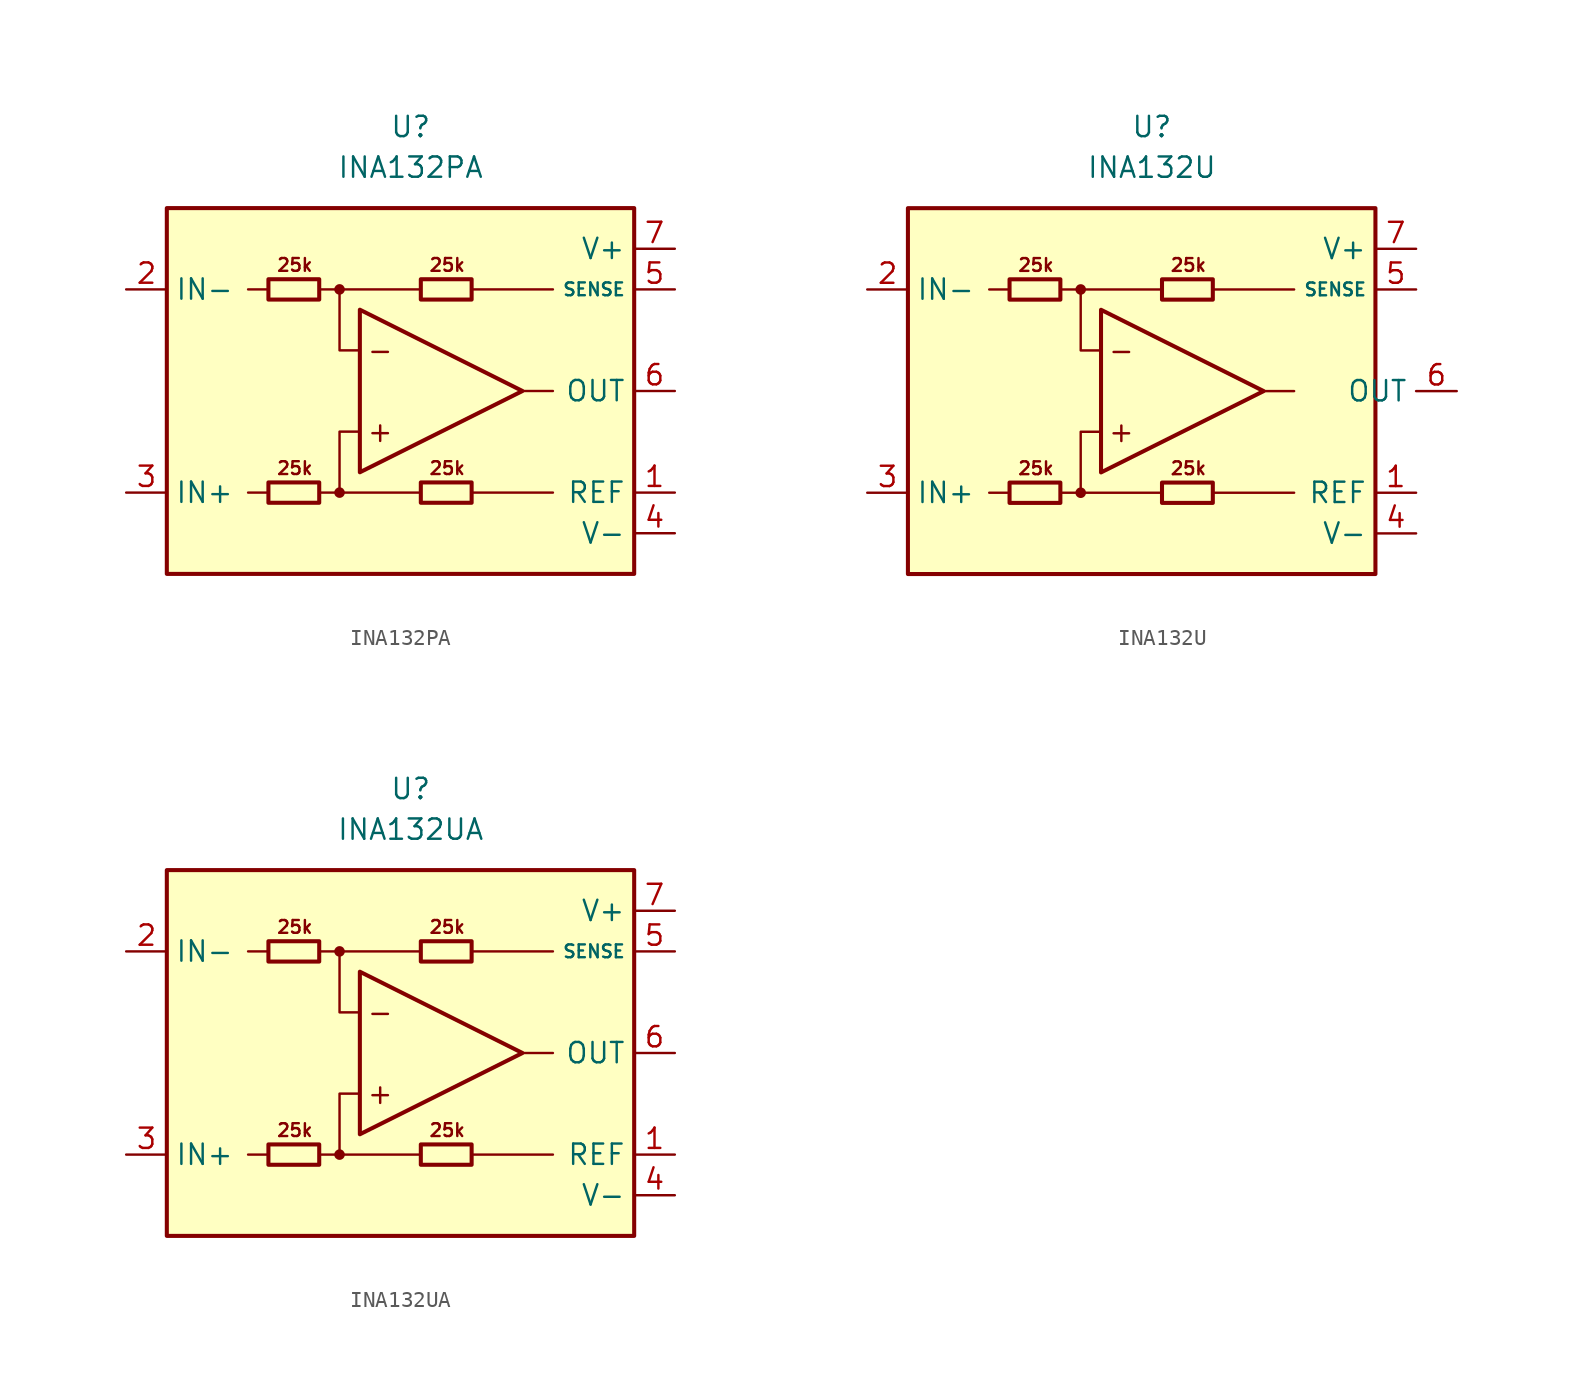
<source format=kicad_sym>
(kicad_symbol_lib
  (version 20211014)
  (generator kicad_symbol_editor)
  (symbol "INA132PA"
    (property "Reference" "U"
      (at 0 16.51 0)
      (effects (font (size 1.27 1.27))))
    (property "Value" "INA132PA"
      (at 0 13.97 0)
      (effects (font (size 1.27 1.27))))
    (symbol "INA132PA_0_0"
      (rectangle (start -15.24 11.43) (end 13.97 -11.43) (stroke (width 0.254) (type default) (color 0 0 0 0)) (fill (type background)))
      (circle (center -4.445 -6.35) (radius 0.254) (stroke (width 0.152) (type default) (color 0 0 0 0)) (fill (type outline)))
      (circle (center -4.445 6.35) (radius 0.254) (stroke (width 0.152) (type default) (color 0 0 0 0)) (fill (type outline)))
      (polyline (pts (xy -8.89 -6.35) (xy -10.16 -6.35)) (stroke (width 0.152) (type default) (color 0 0 0 0)) (fill (type none)))
      (polyline (pts (xy -8.89 6.35) (xy -10.16 6.35)) (stroke (width 0.152) (type default) (color 0 0 0 0)) (fill (type none)))
      (polyline (pts (xy -4.445 6.35) (xy 0.635 6.35)) (stroke (width 0.152) (type default) (color 0 0 0 0)) (fill (type none)))
      (polyline (pts (xy 0.635 -6.35) (xy -4.445 -6.35)) (stroke (width 0.152) (type default) (color 0 0 0 0)) (fill (type none)))
      (polyline (pts (xy 3.81 -6.35) (xy 8.89 -6.35)) (stroke (width 0.152) (type default) (color 0 0 0 0)) (fill (type none)))
      (polyline (pts (xy 3.81 6.35) (xy 8.89 6.35)) (stroke (width 0.152) (type default) (color 0 0 0 0)) (fill (type none)))
      (polyline (pts (xy 8.89 0) (xy 6.985 0)) (stroke (width 0.152) (type default) (color 0 0 0 0)) (fill (type none)))
      (polyline (pts (xy -5.715 -6.35) (xy -4.445 -6.35) (xy -4.445 -2.54) (xy -3.175 -2.54)) (stroke (width 0.152) (type default) (color 0 0 0 0)) (fill (type none)))
      (polyline (pts (xy -3.175 2.54) (xy -4.445 2.54) (xy -4.445 6.35) (xy -5.715 6.35)) (stroke (width 0.152) (type default) (color 0 0 0 0)) (fill (type none)))
      (text "+" (at -1.905 -2.54 0) (effects (font (size 1.27 1.27))))
      (text "-" (at -1.905 2.54 0) (effects (font (size 1.27 1.27))))
      (text "25k" (at -7.239 -4.826 0) (effects (font (size 0.8 0.8))))
      (text "25k" (at -7.239 7.874 0) (effects (font (size 0.8 0.8))))
      (text "25k" (at 2.286 -4.826 0) (effects (font (size 0.8 0.8))))
      (text "25k" (at 2.286 7.874 0) (effects (font (size 0.8 0.8)))))
    (symbol "INA132PA_0_1"
      (rectangle (start -8.89 -5.715) (end -5.715 -6.985) (stroke (width 0.254) (type default) (color 0 0 0 0)) (fill (type none)))
      (rectangle (start -8.89 6.985) (end -5.715 5.715) (stroke (width 0.254) (type default) (color 0 0 0 0)) (fill (type none)))
      (polyline (pts (xy -3.175 5.08) (xy -3.175 -5.08) (xy 6.985 0) (xy -3.175 5.08)) (stroke (width 0.254) (type default) (color 0 0 0 0)) (fill (type none)))
      (rectangle (start 0.635 -5.715) (end 3.81 -6.985) (stroke (width 0.254) (type default) (color 0 0 0 0)) (fill (type none)))
      (rectangle (start 0.635 6.985) (end 3.81 5.715) (stroke (width 0.254) (type default) (color 0 0 0 0)) (fill (type none))))
    (symbol "INA132PA_1_1"
      (pin input line (at 16.51 -6.35 180) (length 2.54) (name "REF" (effects (font (size 1.27 1.27)))) (number "1" (effects (font (size 1.27 1.27)))))
      (pin input line (at -17.78 6.35 0) (length 2.54) (name "IN-" (effects (font (size 1.27 1.27)))) (number "2" (effects (font (size 1.27 1.27)))))
      (pin input line (at -17.78 -6.35 0) (length 2.54) (name "IN+" (effects (font (size 1.27 1.27)))) (number "3" (effects (font (size 1.27 1.27)))))
      (pin power_in line (at 16.51 -8.89 180) (length 2.54) (name "V-" (effects (font (size 1.27 1.27)))) (number "4" (effects (font (size 1.27 1.27)))))
      (pin input line (at 16.51 6.35 180) (length 2.54) (name "SENSE" (effects (font (size 0.8 0.8)))) (number "5" (effects (font (size 1.27 1.27)))))
      (pin output line (at 16.51 0 180) (length 2.54) (name "OUT" (effects (font (size 1.27 1.27)))) (number "6" (effects (font (size 1.27 1.27)))))
      (pin power_in line (at 16.51 8.89 180) (length 2.54) (name "V+" (effects (font (size 1.27 1.27)))) (number "7" (effects (font (size 1.27 1.27)))))
      (pin no_connect line (at -10.16 0 0) (length 2.54) hide (name "NC" (effects (font (size 1.27 1.27)))) (number "8" (effects (font (size 1.27 1.27)))))))
  (symbol "INA132U"
    (property "Reference" "U"
      (at 0 16.51 0)
      (effects (font (size 1.27 1.27))))
    (property "Value" "INA132U"
      (at 0 13.97 0)
      (effects (font (size 1.27 1.27))))
    (symbol "INA132U_0_0"
      (rectangle (start -15.24 11.43) (end 13.97 -11.43) (stroke (width 0.254) (type default) (color 0 0 0 0)) (fill (type background)))
      (circle (center -4.445 -6.35) (radius 0.254) (stroke (width 0.152) (type default) (color 0 0 0 0)) (fill (type outline)))
      (circle (center -4.445 6.35) (radius 0.254) (stroke (width 0.152) (type default) (color 0 0 0 0)) (fill (type outline)))
      (polyline (pts (xy -8.89 -6.35) (xy -10.16 -6.35)) (stroke (width 0.152) (type default) (color 0 0 0 0)) (fill (type none)))
      (polyline (pts (xy -8.89 6.35) (xy -10.16 6.35)) (stroke (width 0.152) (type default) (color 0 0 0 0)) (fill (type none)))
      (polyline (pts (xy -4.445 6.35) (xy 0.635 6.35)) (stroke (width 0.152) (type default) (color 0 0 0 0)) (fill (type none)))
      (polyline (pts (xy 0.635 -6.35) (xy -4.445 -6.35)) (stroke (width 0.152) (type default) (color 0 0 0 0)) (fill (type none)))
      (polyline (pts (xy 3.81 -6.35) (xy 8.89 -6.35)) (stroke (width 0.152) (type default) (color 0 0 0 0)) (fill (type none)))
      (polyline (pts (xy 3.81 6.35) (xy 8.89 6.35)) (stroke (width 0.152) (type default) (color 0 0 0 0)) (fill (type none)))
      (polyline (pts (xy 8.89 0) (xy 6.985 0)) (stroke (width 0.152) (type default) (color 0 0 0 0)) (fill (type none)))
      (polyline (pts (xy -5.715 -6.35) (xy -4.445 -6.35) (xy -4.445 -2.54) (xy -3.175 -2.54)) (stroke (width 0.152) (type default) (color 0 0 0 0)) (fill (type none)))
      (polyline (pts (xy -3.175 2.54) (xy -4.445 2.54) (xy -4.445 6.35) (xy -5.715 6.35)) (stroke (width 0.152) (type default) (color 0 0 0 0)) (fill (type none)))
      (text "+" (at -1.905 -2.54 0) (effects (font (size 1.27 1.27))))
      (text "-" (at -1.905 2.54 0) (effects (font (size 1.27 1.27))))
      (text "25k" (at -7.239 -4.826 0) (effects (font (size 0.8 0.8))))
      (text "25k" (at -7.239 7.874 0) (effects (font (size 0.8 0.8))))
      (text "25k" (at 2.286 -4.826 0) (effects (font (size 0.8 0.8))))
      (text "25k" (at 2.286 7.874 0) (effects (font (size 0.8 0.8)))))
    (symbol "INA132U_0_1"
      (rectangle (start -8.89 -5.715) (end -5.715 -6.985) (stroke (width 0.254) (type default) (color 0 0 0 0)) (fill (type none)))
      (rectangle (start -8.89 6.985) (end -5.715 5.715) (stroke (width 0.254) (type default) (color 0 0 0 0)) (fill (type none)))
      (polyline (pts (xy -3.175 5.08) (xy -3.175 -5.08) (xy 6.985 0) (xy -3.175 5.08)) (stroke (width 0.254) (type default) (color 0 0 0 0)) (fill (type none)))
      (rectangle (start 0.635 -5.715) (end 3.81 -6.985) (stroke (width 0.254) (type default) (color 0 0 0 0)) (fill (type none)))
      (rectangle (start 0.635 6.985) (end 3.81 5.715) (stroke (width 0.254) (type default) (color 0 0 0 0)) (fill (type none))))
    (symbol "INA132U_1_1"
      (pin input line (at 16.51 -6.35 180) (length 2.54) (name "REF" (effects (font (size 1.27 1.27)))) (number "1" (effects (font (size 1.27 1.27)))))
      (pin input line (at -17.78 6.35 0) (length 2.54) (name "IN-" (effects (font (size 1.27 1.27)))) (number "2" (effects (font (size 1.27 1.27)))))
      (pin input line (at -17.78 -6.35 0) (length 2.54) (name "IN+" (effects (font (size 1.27 1.27)))) (number "3" (effects (font (size 1.27 1.27)))))
      (pin power_in line (at 16.51 -8.89 180) (length 2.54) (name "V-" (effects (font (size 1.27 1.27)))) (number "4" (effects (font (size 1.27 1.27)))))
      (pin input line (at 16.51 6.35 180) (length 2.54) (name "SENSE" (effects (font (size 0.8 0.8)))) (number "5" (effects (font (size 1.27 1.27)))))
      (pin output line (at 19.05 0 180) (length 2.54) (name "OUT" (effects (font (size 1.27 1.27)))) (number "6" (effects (font (size 1.27 1.27)))))
      (pin power_in line (at 16.51 8.89 180) (length 2.54) (name "V+" (effects (font (size 1.27 1.27)))) (number "7" (effects (font (size 1.27 1.27)))))
      (pin no_connect line (at -10.16 0 0) (length 2.54) hide (name "NC" (effects (font (size 1.27 1.27)))) (number "8" (effects (font (size 1.27 1.27)))))))
  (symbol "INA132UA"
    (property "Reference" "U"
      (at 0 16.51 0)
      (effects (font (size 1.27 1.27))))
    (property "Value" "INA132UA"
      (at 0 13.97 0)
      (effects (font (size 1.27 1.27))))
    (symbol "INA132UA_0_0"
      (rectangle (start -15.24 11.43) (end 13.97 -11.43) (stroke (width 0.254) (type default) (color 0 0 0 0)) (fill (type background)))
      (circle (center -4.445 -6.35) (radius 0.254) (stroke (width 0.152) (type default) (color 0 0 0 0)) (fill (type outline)))
      (circle (center -4.445 6.35) (radius 0.254) (stroke (width 0.152) (type default) (color 0 0 0 0)) (fill (type outline)))
      (polyline (pts (xy -8.89 -6.35) (xy -10.16 -6.35)) (stroke (width 0.152) (type default) (color 0 0 0 0)) (fill (type none)))
      (polyline (pts (xy -8.89 6.35) (xy -10.16 6.35)) (stroke (width 0.152) (type default) (color 0 0 0 0)) (fill (type none)))
      (polyline (pts (xy -4.445 6.35) (xy 0.635 6.35)) (stroke (width 0.152) (type default) (color 0 0 0 0)) (fill (type none)))
      (polyline (pts (xy 0.635 -6.35) (xy -4.445 -6.35)) (stroke (width 0.152) (type default) (color 0 0 0 0)) (fill (type none)))
      (polyline (pts (xy 3.81 -6.35) (xy 8.89 -6.35)) (stroke (width 0.152) (type default) (color 0 0 0 0)) (fill (type none)))
      (polyline (pts (xy 3.81 6.35) (xy 8.89 6.35)) (stroke (width 0.152) (type default) (color 0 0 0 0)) (fill (type none)))
      (polyline (pts (xy 8.89 0) (xy 6.985 0)) (stroke (width 0.152) (type default) (color 0 0 0 0)) (fill (type none)))
      (polyline (pts (xy -5.715 -6.35) (xy -4.445 -6.35) (xy -4.445 -2.54) (xy -3.175 -2.54)) (stroke (width 0.152) (type default) (color 0 0 0 0)) (fill (type none)))
      (polyline (pts (xy -3.175 2.54) (xy -4.445 2.54) (xy -4.445 6.35) (xy -5.715 6.35)) (stroke (width 0.152) (type default) (color 0 0 0 0)) (fill (type none)))
      (text "+" (at -1.905 -2.54 0) (effects (font (size 1.27 1.27))))
      (text "-" (at -1.905 2.54 0) (effects (font (size 1.27 1.27))))
      (text "25k" (at -7.239 -4.826 0) (effects (font (size 0.8 0.8))))
      (text "25k" (at -7.239 7.874 0) (effects (font (size 0.8 0.8))))
      (text "25k" (at 2.286 -4.826 0) (effects (font (size 0.8 0.8))))
      (text "25k" (at 2.286 7.874 0) (effects (font (size 0.8 0.8)))))
    (symbol "INA132UA_0_1"
      (rectangle (start -8.89 -5.715) (end -5.715 -6.985) (stroke (width 0.254) (type default) (color 0 0 0 0)) (fill (type none)))
      (rectangle (start -8.89 6.985) (end -5.715 5.715) (stroke (width 0.254) (type default) (color 0 0 0 0)) (fill (type none)))
      (polyline (pts (xy -3.175 5.08) (xy -3.175 -5.08) (xy 6.985 0) (xy -3.175 5.08)) (stroke (width 0.254) (type default) (color 0 0 0 0)) (fill (type none)))
      (rectangle (start 0.635 -5.715) (end 3.81 -6.985) (stroke (width 0.254) (type default) (color 0 0 0 0)) (fill (type none)))
      (rectangle (start 0.635 6.985) (end 3.81 5.715) (stroke (width 0.254) (type default) (color 0 0 0 0)) (fill (type none))))
    (symbol "INA132UA_1_1"
      (pin input line (at 16.51 -6.35 180) (length 2.54) (name "REF" (effects (font (size 1.27 1.27)))) (number "1" (effects (font (size 1.27 1.27)))))
      (pin input line (at -17.78 6.35 0) (length 2.54) (name "IN-" (effects (font (size 1.27 1.27)))) (number "2" (effects (font (size 1.27 1.27)))))
      (pin input line (at -17.78 -6.35 0) (length 2.54) (name "IN+" (effects (font (size 1.27 1.27)))) (number "3" (effects (font (size 1.27 1.27)))))
      (pin power_in line (at 16.51 -8.89 180) (length 2.54) (name "V-" (effects (font (size 1.27 1.27)))) (number "4" (effects (font (size 1.27 1.27)))))
      (pin input line (at 16.51 6.35 180) (length 2.54) (name "SENSE" (effects (font (size 0.8 0.8)))) (number "5" (effects (font (size 1.27 1.27)))))
      (pin output line (at 16.51 0 180) (length 2.54) (name "OUT" (effects (font (size 1.27 1.27)))) (number "6" (effects (font (size 1.27 1.27)))))
      (pin power_in line (at 16.51 8.89 180) (length 2.54) (name "V+" (effects (font (size 1.27 1.27)))) (number "7" (effects (font (size 1.27 1.27)))))
      (pin no_connect line (at -10.16 0 0) (length 2.54) hide (name "NC" (effects (font (size 1.27 1.27)))) (number "8" (effects (font (size 1.27 1.27))))))))
</source>
